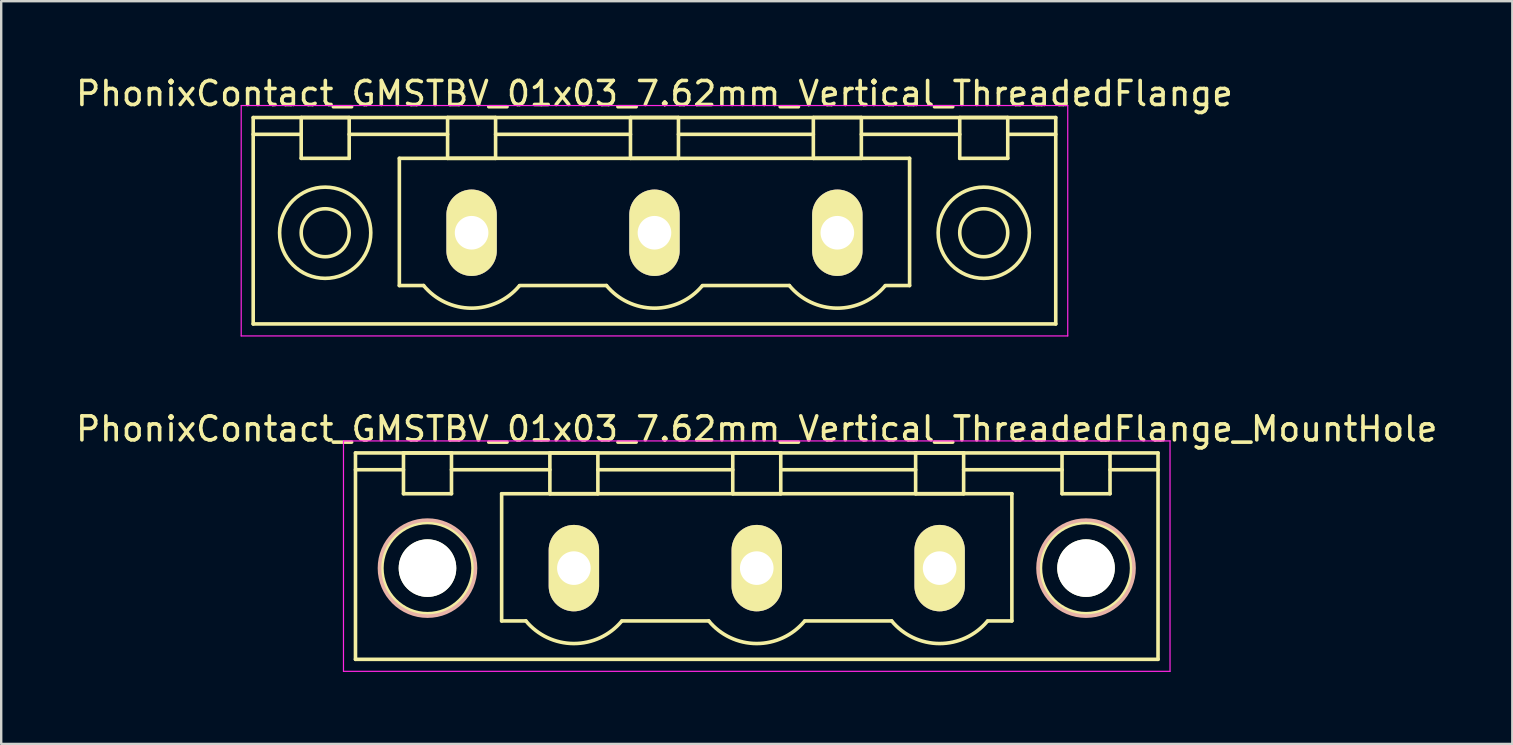
<source format=kicad_pcb>
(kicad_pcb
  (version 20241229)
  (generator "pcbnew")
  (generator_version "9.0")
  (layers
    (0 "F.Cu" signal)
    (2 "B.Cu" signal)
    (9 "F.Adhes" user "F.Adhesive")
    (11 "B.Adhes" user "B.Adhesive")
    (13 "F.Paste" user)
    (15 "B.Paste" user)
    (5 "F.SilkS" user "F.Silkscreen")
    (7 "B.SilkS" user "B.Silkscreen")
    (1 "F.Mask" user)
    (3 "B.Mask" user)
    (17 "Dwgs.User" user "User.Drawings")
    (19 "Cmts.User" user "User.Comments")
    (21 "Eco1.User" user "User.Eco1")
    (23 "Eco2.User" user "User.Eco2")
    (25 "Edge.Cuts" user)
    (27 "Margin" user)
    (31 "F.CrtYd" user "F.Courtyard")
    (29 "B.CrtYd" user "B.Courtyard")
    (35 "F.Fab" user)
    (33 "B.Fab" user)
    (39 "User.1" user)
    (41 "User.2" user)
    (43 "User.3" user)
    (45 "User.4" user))
  (footprint "PhonixContact_GMSTBV_01x03_7.62mm_Vertical_ThreadedFlange"
    (layer "F.Cu")
    (at 16.6 6.648)
    (property "Reference" "PhonixContact_GMSTBV_01x03_7.62mm_Vertical_ThreadedFlange" (at 7.62 -5.8 0) (layer "F.SilkS") (effects (font (size 1 1) (thickness 0.15))))
    (attr through_hole)
    (fp_line (start -9.1 -4.8) (end -9.1 3.8) (stroke (width 0.15) (type solid)) (layer "F.SilkS"))
    (fp_line (start -9.1 -4.1) (end -7.1 -4.1) (stroke (width 0.15) (type solid)) (layer "F.SilkS"))
    (fp_line (start -9.1 3.8) (end 24.34 3.8) (stroke (width 0.15) (type solid)) (layer "F.SilkS"))
    (fp_line (start -7.1 -4.8) (end -5.1 -4.8) (stroke (width 0.15) (type solid)) (layer "F.SilkS"))
    (fp_line (start -7.1 -3.1) (end -7.1 -4.8) (stroke (width 0.15) (type solid)) (layer "F.SilkS"))
    (fp_line (start -5.1 -4.8) (end -5.1 -3.1) (stroke (width 0.15) (type solid)) (layer "F.SilkS"))
    (fp_line (start -5.1 -4.1) (end -1 -4.1) (stroke (width 0.15) (type solid)) (layer "F.SilkS"))
    (fp_line (start -5.1 -3.1) (end -7.1 -3.1) (stroke (width 0.15) (type solid)) (layer "F.SilkS"))
    (fp_line (start -3.01 -3.1) (end 18.25 -3.1) (stroke (width 0.15) (type solid)) (layer "F.SilkS"))
    (fp_line (start -3.01 2.2) (end -3.01 -3.1) (stroke (width 0.15) (type solid)) (layer "F.SilkS"))
    (fp_line (start -2 2.2) (end -3.01 2.2) (stroke (width 0.15) (type solid)) (layer "F.SilkS"))
    (fp_line (start -1 -4.8) (end 1 -4.8) (stroke (width 0.15) (type solid)) (layer "F.SilkS"))
    (fp_line (start -1 -3.1) (end -1 -4.8) (stroke (width 0.15) (type solid)) (layer "F.SilkS"))
    (fp_line (start 1 -4.8) (end 1 -3.1) (stroke (width 0.15) (type solid)) (layer "F.SilkS"))
    (fp_line (start 1 -4.1) (end 6.62 -4.1) (stroke (width 0.15) (type solid)) (layer "F.SilkS"))
    (fp_line (start 1 -3.1) (end -1 -3.1) (stroke (width 0.15) (type solid)) (layer "F.SilkS"))
    (fp_line (start 2 2.2) (end 5.62 2.2) (stroke (width 0.15) (type solid)) (layer "F.SilkS"))
    (fp_line (start 6.62 -4.8) (end 8.62 -4.8) (stroke (width 0.15) (type solid)) (layer "F.SilkS"))
    (fp_line (start 6.62 -3.1) (end 6.62 -4.8) (stroke (width 0.15) (type solid)) (layer "F.SilkS"))
    (fp_line (start 8.62 -4.8) (end 8.62 -3.1) (stroke (width 0.15) (type solid)) (layer "F.SilkS"))
    (fp_line (start 8.62 -4.1) (end 14.24 -4.1) (stroke (width 0.15) (type solid)) (layer "F.SilkS"))
    (fp_line (start 8.62 -3.1) (end 6.62 -3.1) (stroke (width 0.15) (type solid)) (layer "F.SilkS"))
    (fp_line (start 9.62 2.2) (end 13.24 2.2) (stroke (width 0.15) (type solid)) (layer "F.SilkS"))
    (fp_line (start 14.24 -4.8) (end 16.24 -4.8) (stroke (width 0.15) (type solid)) (layer "F.SilkS"))
    (fp_line (start 14.24 -3.1) (end 14.24 -4.8) (stroke (width 0.15) (type solid)) (layer "F.SilkS"))
    (fp_line (start 16.24 -4.8) (end 16.24 -3.1) (stroke (width 0.15) (type solid)) (layer "F.SilkS"))
    (fp_line (start 16.24 -4.1) (end 20.34 -4.1) (stroke (width 0.15) (type solid)) (layer "F.SilkS"))
    (fp_line (start 16.24 -3.1) (end 14.24 -3.1) (stroke (width 0.15) (type solid)) (layer "F.SilkS"))
    (fp_line (start 18.25 -3.1) (end 18.25 2.2) (stroke (width 0.15) (type solid)) (layer "F.SilkS"))
    (fp_line (start 18.25 2.2) (end 17.24 2.2) (stroke (width 0.15) (type solid)) (layer "F.SilkS"))
    (fp_line (start 20.34 -4.8) (end 22.34 -4.8) (stroke (width 0.15) (type solid)) (layer "F.SilkS"))
    (fp_line (start 20.34 -3.1) (end 20.34 -4.8) (stroke (width 0.15) (type solid)) (layer "F.SilkS"))
    (fp_line (start 22.34 -4.8) (end 22.34 -3.1) (stroke (width 0.15) (type solid)) (layer "F.SilkS"))
    (fp_line (start 22.34 -3.1) (end 20.34 -3.1) (stroke (width 0.15) (type solid)) (layer "F.SilkS"))
    (fp_line (start 24.34 -4.8) (end -9.1 -4.8) (stroke (width 0.15) (type solid)) (layer "F.SilkS"))
    (fp_line (start 24.34 -4.1) (end 22.34 -4.1) (stroke (width 0.15) (type solid)) (layer "F.SilkS"))
    (fp_line (start 24.34 3.8) (end 24.34 -4.8) (stroke (width 0.15) (type solid)) (layer "F.SilkS"))
    (fp_arc (start 1.986842 2.215821) (mid -0.010289 3.142758) (end -2 2.2) (stroke (width 0.15) (type solid)) (layer "F.SilkS"))
    (fp_arc (start 9.606842 2.215821) (mid 7.609711 3.142758) (end 5.62 2.2) (stroke (width 0.15) (type solid)) (layer "F.SilkS"))
    (fp_arc (start 17.226842 2.215821) (mid 15.229711 3.142758) (end 13.24 2.2) (stroke (width 0.15) (type solid)) (layer "F.SilkS"))
    (fp_circle (center -6.1 0) (end -5.1 0) (stroke (width 0.15) (type solid)) (fill no) (layer "F.SilkS"))
    (fp_circle (center -6.1 0) (end -4.2 0) (stroke (width 0.15) (type solid)) (fill no) (layer "F.SilkS"))
    (fp_circle (center 21.34 0) (end 22.34 0) (stroke (width 0.15) (type solid)) (fill no) (layer "F.SilkS"))
    (fp_circle (center 21.34 0) (end 23.24 0) (stroke (width 0.15) (type solid)) (fill no) (layer "F.SilkS"))
    (fp_line (start -9.6 -5.3) (end -9.6 4.3) (stroke (width 0.05) (type solid)) (layer "F.CrtYd"))
    (fp_line (start -9.6 4.3) (end 24.84 4.3) (stroke (width 0.05) (type solid)) (layer "F.CrtYd"))
    (fp_line (start 24.84 -5.3) (end -9.6 -5.3) (stroke (width 0.05) (type solid)) (layer "F.CrtYd"))
    (fp_line (start 24.84 4.3) (end 24.84 -5.3) (stroke (width 0.05) (type solid)) (layer "F.CrtYd"))
    (pad "1" thru_hole oval (at 0 0) (size 2.1 3.6) (drill 1.4) (layers "*.Cu" "*.Mask" "F.SilkS"))
    (pad "2" thru_hole oval (at 7.62 0) (size 2.1 3.6) (drill 1.4) (layers "*.Cu" "*.Mask" "F.SilkS"))
    (pad "3" thru_hole oval (at 15.24 0) (size 2.1 3.6) (drill 1.4) (layers "*.Cu" "*.Mask" "F.SilkS")))
  (footprint "PhonixContact_GMSTBV_01x03_7.62mm_Vertical_ThreadedFlange_MountHole"
    (layer "F.Cu")
    (at 20.862 20.622)
    (property "Reference" "PhonixContact_GMSTBV_01x03_7.62mm_Vertical_ThreadedFlange_MountHole" (at 7.62 -5.8 0) (layer "F.SilkS") (effects (font (size 1 1) (thickness 0.15))))
    (attr through_hole)
    (fp_line (start -9.1 -4.8) (end -9.1 3.8) (stroke (width 0.15) (type solid)) (layer "F.SilkS"))
    (fp_line (start -9.1 -4.1) (end -7.1 -4.1) (stroke (width 0.15) (type solid)) (layer "F.SilkS"))
    (fp_line (start -9.1 3.8) (end 24.34 3.8) (stroke (width 0.15) (type solid)) (layer "F.SilkS"))
    (fp_line (start -7.1 -4.8) (end -5.1 -4.8) (stroke (width 0.15) (type solid)) (layer "F.SilkS"))
    (fp_line (start -7.1 -3.1) (end -7.1 -4.8) (stroke (width 0.15) (type solid)) (layer "F.SilkS"))
    (fp_line (start -5.1 -4.8) (end -5.1 -3.1) (stroke (width 0.15) (type solid)) (layer "F.SilkS"))
    (fp_line (start -5.1 -4.1) (end -1 -4.1) (stroke (width 0.15) (type solid)) (layer "F.SilkS"))
    (fp_line (start -5.1 -3.1) (end -7.1 -3.1) (stroke (width 0.15) (type solid)) (layer "F.SilkS"))
    (fp_line (start -3.01 -3.1) (end 18.25 -3.1) (stroke (width 0.15) (type solid)) (layer "F.SilkS"))
    (fp_line (start -3.01 2.2) (end -3.01 -3.1) (stroke (width 0.15) (type solid)) (layer "F.SilkS"))
    (fp_line (start -2 2.2) (end -3.01 2.2) (stroke (width 0.15) (type solid)) (layer "F.SilkS"))
    (fp_line (start -1 -4.8) (end 1 -4.8) (stroke (width 0.15) (type solid)) (layer "F.SilkS"))
    (fp_line (start -1 -3.1) (end -1 -4.8) (stroke (width 0.15) (type solid)) (layer "F.SilkS"))
    (fp_line (start 1 -4.8) (end 1 -3.1) (stroke (width 0.15) (type solid)) (layer "F.SilkS"))
    (fp_line (start 1 -4.1) (end 6.62 -4.1) (stroke (width 0.15) (type solid)) (layer "F.SilkS"))
    (fp_line (start 1 -3.1) (end -1 -3.1) (stroke (width 0.15) (type solid)) (layer "F.SilkS"))
    (fp_line (start 2 2.2) (end 5.62 2.2) (stroke (width 0.15) (type solid)) (layer "F.SilkS"))
    (fp_line (start 6.62 -4.8) (end 8.62 -4.8) (stroke (width 0.15) (type solid)) (layer "F.SilkS"))
    (fp_line (start 6.62 -3.1) (end 6.62 -4.8) (stroke (width 0.15) (type solid)) (layer "F.SilkS"))
    (fp_line (start 8.62 -4.8) (end 8.62 -3.1) (stroke (width 0.15) (type solid)) (layer "F.SilkS"))
    (fp_line (start 8.62 -4.1) (end 14.24 -4.1) (stroke (width 0.15) (type solid)) (layer "F.SilkS"))
    (fp_line (start 8.62 -3.1) (end 6.62 -3.1) (stroke (width 0.15) (type solid)) (layer "F.SilkS"))
    (fp_line (start 9.62 2.2) (end 13.24 2.2) (stroke (width 0.15) (type solid)) (layer "F.SilkS"))
    (fp_line (start 14.24 -4.8) (end 16.24 -4.8) (stroke (width 0.15) (type solid)) (layer "F.SilkS"))
    (fp_line (start 14.24 -3.1) (end 14.24 -4.8) (stroke (width 0.15) (type solid)) (layer "F.SilkS"))
    (fp_line (start 16.24 -4.8) (end 16.24 -3.1) (stroke (width 0.15) (type solid)) (layer "F.SilkS"))
    (fp_line (start 16.24 -4.1) (end 20.34 -4.1) (stroke (width 0.15) (type solid)) (layer "F.SilkS"))
    (fp_line (start 16.24 -3.1) (end 14.24 -3.1) (stroke (width 0.15) (type solid)) (layer "F.SilkS"))
    (fp_line (start 18.25 -3.1) (end 18.25 2.2) (stroke (width 0.15) (type solid)) (layer "F.SilkS"))
    (fp_line (start 18.25 2.2) (end 17.24 2.2) (stroke (width 0.15) (type solid)) (layer "F.SilkS"))
    (fp_line (start 20.34 -4.8) (end 22.34 -4.8) (stroke (width 0.15) (type solid)) (layer "F.SilkS"))
    (fp_line (start 20.34 -3.1) (end 20.34 -4.8) (stroke (width 0.15) (type solid)) (layer "F.SilkS"))
    (fp_line (start 22.34 -4.8) (end 22.34 -3.1) (stroke (width 0.15) (type solid)) (layer "F.SilkS"))
    (fp_line (start 22.34 -3.1) (end 20.34 -3.1) (stroke (width 0.15) (type solid)) (layer "F.SilkS"))
    (fp_line (start 24.34 -4.8) (end -9.1 -4.8) (stroke (width 0.15) (type solid)) (layer "F.SilkS"))
    (fp_line (start 24.34 -4.1) (end 22.34 -4.1) (stroke (width 0.15) (type solid)) (layer "F.SilkS"))
    (fp_line (start 24.34 3.8) (end 24.34 -4.8) (stroke (width 0.15) (type solid)) (layer "F.SilkS"))
    (fp_arc (start 1.986842 2.215821) (mid -0.010289 3.142758) (end -2 2.2) (stroke (width 0.15) (type solid)) (layer "F.SilkS"))
    (fp_arc (start 9.606842 2.215821) (mid 7.609711 3.142758) (end 5.62 2.2) (stroke (width 0.15) (type solid)) (layer "F.SilkS"))
    (fp_arc (start 17.226842 2.215821) (mid 15.229711 3.142758) (end 13.24 2.2) (stroke (width 0.15) (type solid)) (layer "F.SilkS"))
    (fp_circle (center -6.1 0) (end -5.1 0) (stroke (width 0.15) (type solid)) (fill no) (layer "F.SilkS"))
    (fp_circle (center -6.1 0) (end -4.2 0) (stroke (width 0.15) (type solid)) (fill no) (layer "F.SilkS"))
    (fp_circle (center 21.34 0) (end 22.34 0) (stroke (width 0.15) (type solid)) (fill no) (layer "F.SilkS"))
    (fp_circle (center 21.34 0) (end 23.24 0) (stroke (width 0.15) (type solid)) (fill no) (layer "F.SilkS"))
    (fp_circle (center -6.1 0) (end -4.1 0) (stroke (width 0.15) (type solid)) (fill no) (layer "B.SilkS"))
    (fp_circle (center 21.34 0) (end 23.34 0) (stroke (width 0.15) (type solid)) (fill no) (layer "B.SilkS"))
    (fp_line (start -9.6 -5.3) (end -9.6 4.3) (stroke (width 0.05) (type solid)) (layer "F.CrtYd"))
    (fp_line (start -9.6 4.3) (end 24.84 4.3) (stroke (width 0.05) (type solid)) (layer "F.CrtYd"))
    (fp_line (start 24.84 -5.3) (end -9.6 -5.3) (stroke (width 0.05) (type solid)) (layer "F.CrtYd"))
    (fp_line (start 24.84 4.3) (end 24.84 -5.3) (stroke (width 0.05) (type solid)) (layer "F.CrtYd"))
    (pad "" np_thru_hole circle (at -6.1 0) (size 2.4 2.4) (drill 2.4) (layers "*.Cu" "*.Mask" "F.SilkS"))
    (pad "" np_thru_hole circle (at 21.34 0) (size 2.4 2.4) (drill 2.4) (layers "*.Cu" "*.Mask" "F.SilkS"))
    (pad "1" thru_hole oval (at 0 0) (size 2.1 3.6) (drill 1.4) (layers "*.Cu" "*.Mask" "F.SilkS"))
    (pad "2" thru_hole oval (at 7.62 0) (size 2.1 3.6) (drill 1.4) (layers "*.Cu" "*.Mask" "F.SilkS"))
    (pad "3" thru_hole oval (at 15.24 0) (size 2.1 3.6) (drill 1.4) (layers "*.Cu" "*.Mask" "F.SilkS")))
  (gr_rect
    (start -3 -3)
    (end 59.964 27.947)
    (stroke (width 0.1) (type default))
    (fill no)
    (layer "Edge.Cuts")))
</source>
